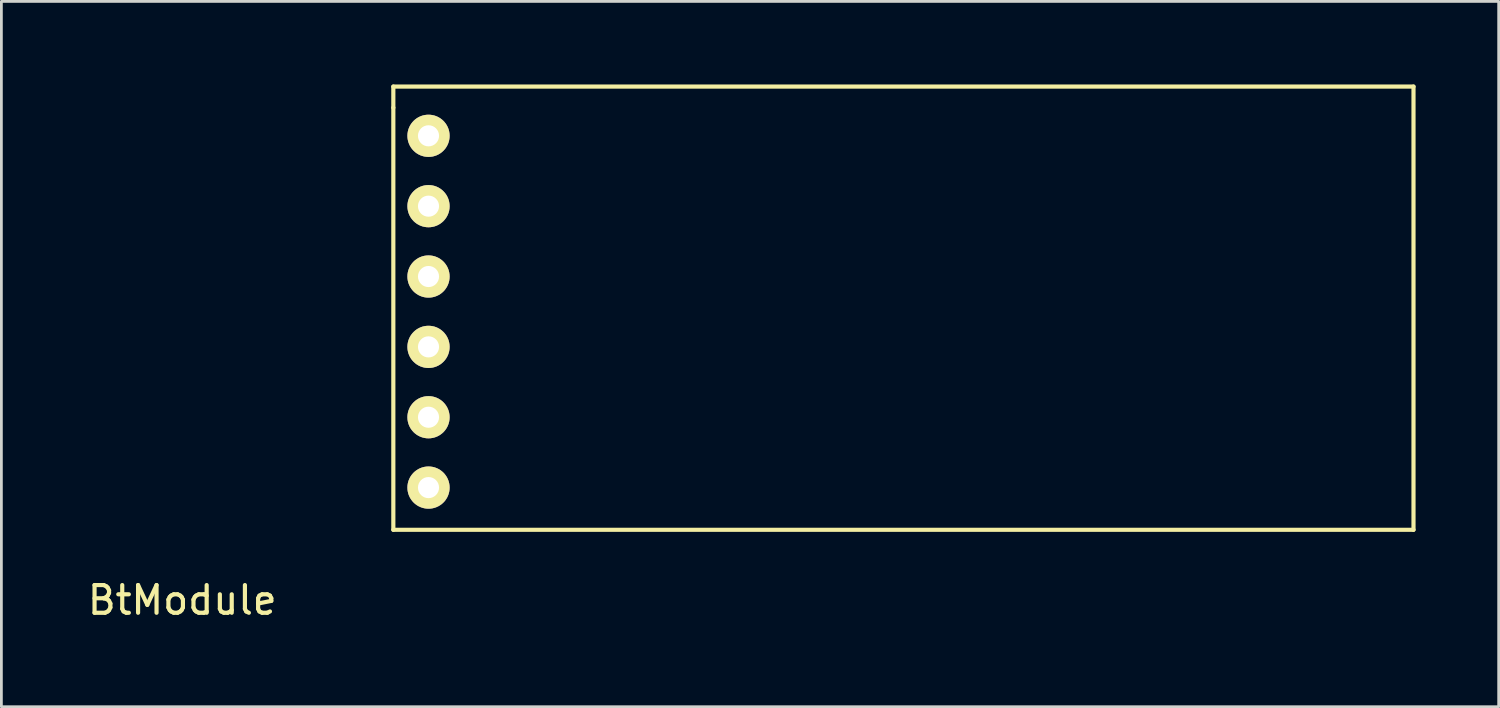
<source format=kicad_pcb>
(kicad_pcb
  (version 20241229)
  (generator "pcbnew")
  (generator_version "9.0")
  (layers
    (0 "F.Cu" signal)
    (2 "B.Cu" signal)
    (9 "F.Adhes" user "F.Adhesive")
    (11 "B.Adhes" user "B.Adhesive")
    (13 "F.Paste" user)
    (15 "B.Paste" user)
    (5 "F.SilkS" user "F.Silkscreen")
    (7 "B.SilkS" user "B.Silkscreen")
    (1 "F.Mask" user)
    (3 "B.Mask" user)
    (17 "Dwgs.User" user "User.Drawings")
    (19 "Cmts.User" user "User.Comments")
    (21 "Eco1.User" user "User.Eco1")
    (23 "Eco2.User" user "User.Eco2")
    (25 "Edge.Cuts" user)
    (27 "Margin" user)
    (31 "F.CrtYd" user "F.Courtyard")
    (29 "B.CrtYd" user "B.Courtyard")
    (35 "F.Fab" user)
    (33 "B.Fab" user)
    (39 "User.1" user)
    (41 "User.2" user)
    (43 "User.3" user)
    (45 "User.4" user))
  (footprint "BtModule"
    (layer "F.Cu")
    (at 11.15 16.077)
    (property "Reference" "BtModule" (at -7.62 2.54 0) (layer "F.SilkS") (effects (font (size 1 1) (thickness 0.15))))
    (attr through_hole)
    (fp_line (start 0 -16.002) (end 36.83 -16.002) (stroke (width 0.15) (type solid)) (layer "F.SilkS"))
    (fp_line (start 0 -15.24) (end 0 -16.002) (stroke (width 0.15) (type solid)) (layer "F.SilkS"))
    (fp_line (start 0 0) (end 0 -15.24) (stroke (width 0.15) (type solid)) (layer "F.SilkS"))
    (fp_line (start 36.83 0) (end 0 0) (stroke (width 0.15) (type solid)) (layer "F.SilkS"))
    (fp_line (start 36.83 0) (end 36.83 -16.002) (stroke (width 0.15) (type solid)) (layer "F.SilkS"))
    (pad "1" thru_hole circle (at 1.27 -1.524) (size 1.524 1.524) (drill 0.762) (layers "*.Cu" "*.Mask" "F.SilkS"))
    (pad "2" thru_hole circle (at 1.27 -4.064) (size 1.524 1.524) (drill 0.762) (layers "*.Cu" "*.Mask" "F.SilkS"))
    (pad "3" thru_hole circle (at 1.27 -6.604) (size 1.524 1.524) (drill 0.762) (layers "*.Cu" "*.Mask" "F.SilkS"))
    (pad "4" thru_hole circle (at 1.27 -9.144) (size 1.524 1.524) (drill 0.762) (layers "*.Cu" "*.Mask" "F.SilkS"))
    (pad "5" thru_hole circle (at 1.27 -11.684) (size 1.524 1.524) (drill 0.762) (layers "*.Cu" "*.Mask" "F.SilkS"))
    (pad "6" thru_hole circle (at 1.27 -14.224) (size 1.524 1.524) (drill 0.762) (layers "*.Cu" "*.Mask" "F.SilkS")))
  (gr_rect
    (start -3 -3)
    (end 51.055 22.465)
    (stroke (width 0.1) (type default))
    (fill no)
    (layer "Edge.Cuts")))
</source>
